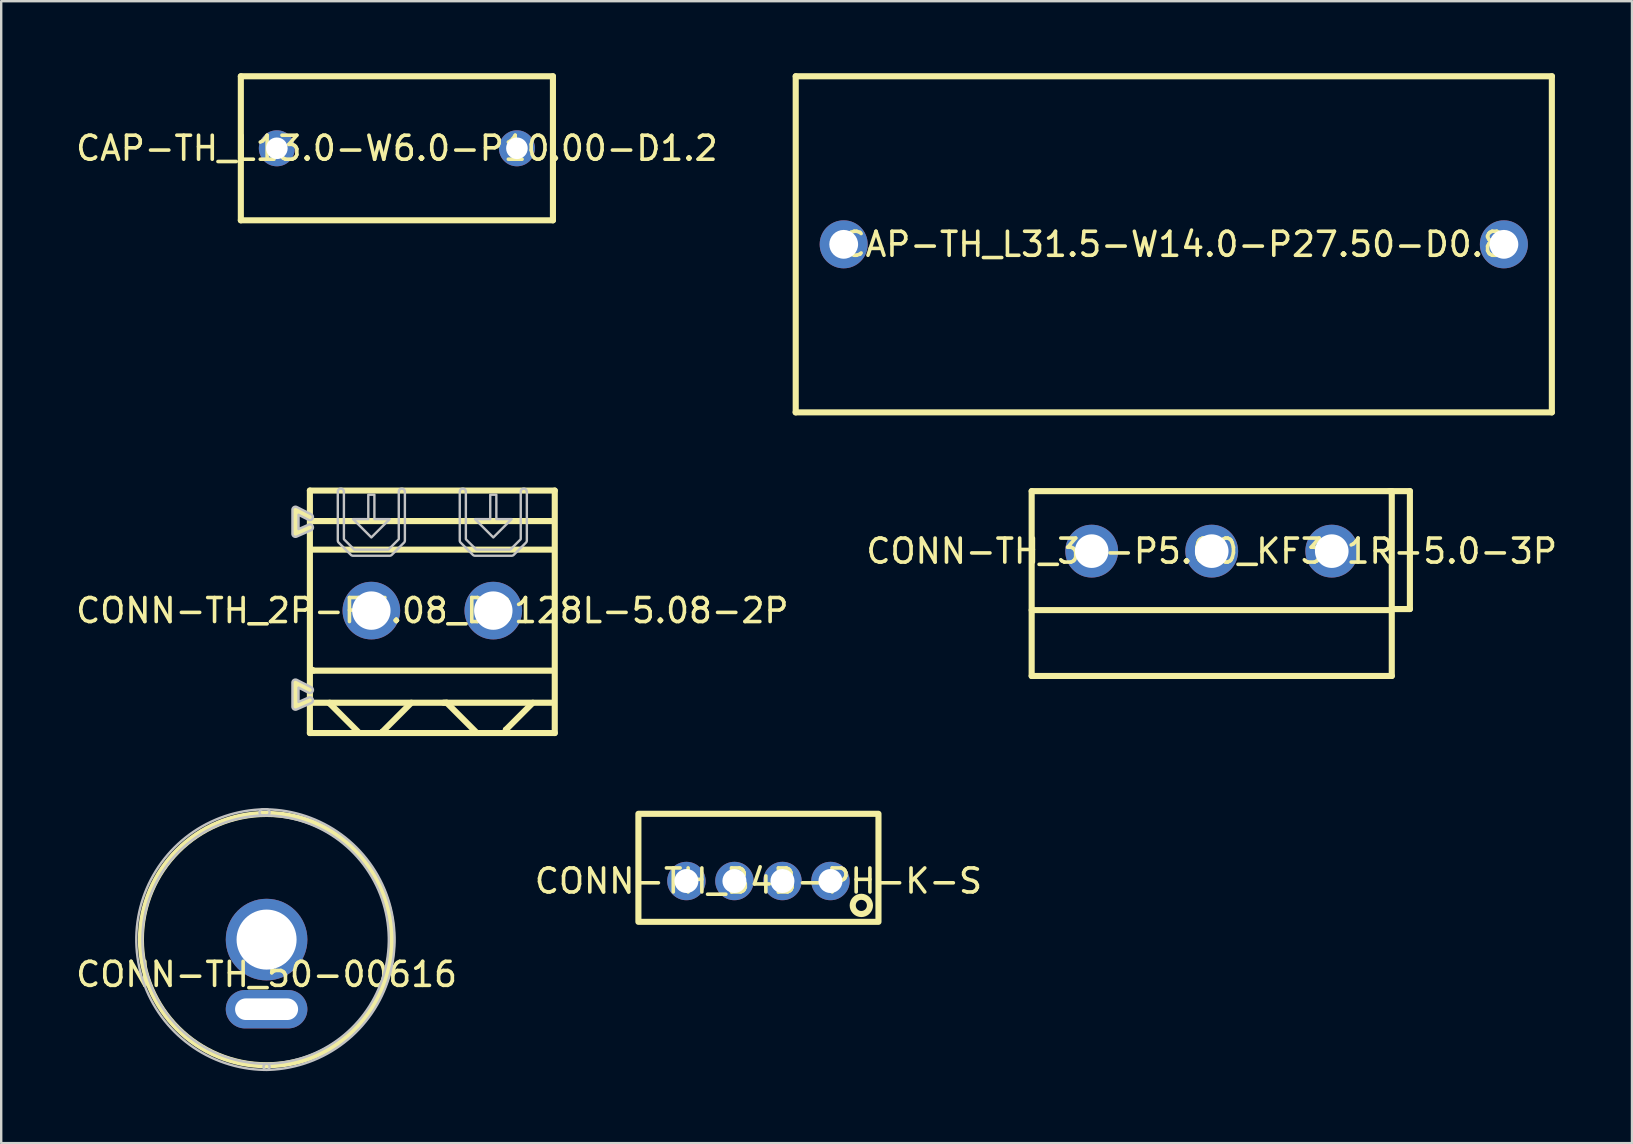
<source format=kicad_pcb>
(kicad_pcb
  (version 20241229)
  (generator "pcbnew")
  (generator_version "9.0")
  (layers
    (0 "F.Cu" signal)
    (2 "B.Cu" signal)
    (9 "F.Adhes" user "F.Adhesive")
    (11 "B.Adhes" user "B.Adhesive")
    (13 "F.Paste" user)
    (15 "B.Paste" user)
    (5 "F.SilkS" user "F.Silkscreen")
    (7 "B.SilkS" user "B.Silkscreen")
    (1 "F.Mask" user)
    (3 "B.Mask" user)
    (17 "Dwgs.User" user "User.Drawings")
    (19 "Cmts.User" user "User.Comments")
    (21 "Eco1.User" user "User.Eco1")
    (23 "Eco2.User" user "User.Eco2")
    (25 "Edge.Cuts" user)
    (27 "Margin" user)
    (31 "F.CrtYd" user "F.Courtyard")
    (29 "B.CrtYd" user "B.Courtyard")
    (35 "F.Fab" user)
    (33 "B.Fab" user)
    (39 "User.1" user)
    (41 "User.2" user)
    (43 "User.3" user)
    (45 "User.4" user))
  (footprint "CONN-TH_3P-P5.00_KF301R-5.0-3P"
    (layer "F.Cu")
    (at 47.423 19.907)
    (property "Reference" "CONN-TH_3P-P5.00_KF301R-5.0-3P" (at 0 0 0) (layer "F.SilkS") (effects (font (size 1 1) (thickness 0.15))))
    (fp_line (start -7.5 -2.5) (end -7.5 5.2) (stroke (width 0.254) (type default)) (layer "F.SilkS"))
    (fp_line (start -7.5 -2.5) (end 7.5 -2.5) (stroke (width 0.254) (type default)) (layer "F.SilkS"))
    (fp_line (start -7.5 2.456) (end 7.5 2.456) (stroke (width 0.254) (type default)) (layer "F.SilkS"))
    (fp_line (start -7.5 5.2) (end 7.5 5.2) (stroke (width 0.254) (type default)) (layer "F.SilkS"))
    (fp_line (start 7.394 -2.5) (end 8.255 -2.5) (stroke (width 0.254) (type default)) (layer "F.SilkS"))
    (fp_line (start 7.5 -2.5) (end 7.5 5.2) (stroke (width 0.254) (type default)) (layer "F.SilkS"))
    (fp_line (start 8.255 -2.5) (end 8.255 2.413) (stroke (width 0.254) (type default)) (layer "F.SilkS"))
    (fp_line (start 8.255 2.413) (end 7.5 2.413) (stroke (width 0.254) (type default)) (layer "F.SilkS"))
    (fp_poly (pts (xy -4.4 0) (xy -4.42 -0.155) (xy -4.48 -0.3) (xy -4.576 -0.424) (xy -4.7 -0.52) (xy -4.845 -0.58) (xy -5 -0.6) (xy -5.155 -0.58) (xy -5.3 -0.52) (xy -5.424 -0.424) (xy -5.52 -0.3) (xy -5.58 -0.155) (xy -5.6 0) (xy -5.58 0.155) (xy -5.52 0.3) (xy -5.424 0.424) (xy -5.3 0.52) (xy -5.155 0.58) (xy -5 0.6) (xy -4.845 0.58) (xy -4.7 0.52) (xy -4.576 0.424) (xy -4.48 0.3) (xy -4.42 0.155)) (stroke (width 0.1) (type default)) (fill no) (layer "User.1"))
    (fp_poly (pts (xy 0.6 0) (xy 0.58 -0.155) (xy 0.52 -0.3) (xy 0.424 -0.424) (xy 0.3 -0.52) (xy 0.155 -0.58) (xy 0 -0.6) (xy -0.155 -0.58) (xy -0.3 -0.52) (xy -0.424 -0.424) (xy -0.52 -0.3) (xy -0.58 -0.155) (xy -0.6 0) (xy -0.58 0.155) (xy -0.52 0.3) (xy -0.424 0.424) (xy -0.3 0.52) (xy -0.155 0.58) (xy 0 0.6) (xy 0.155 0.58) (xy 0.3 0.52) (xy 0.424 0.424) (xy 0.52 0.3) (xy 0.58 0.155)) (stroke (width 0.1) (type default)) (fill no) (layer "User.1"))
    (fp_poly (pts (xy 5.6 0) (xy 5.58 -0.155) (xy 5.52 -0.3) (xy 5.424 -0.424) (xy 5.3 -0.52) (xy 5.155 -0.58) (xy 5 -0.6) (xy 4.845 -0.58) (xy 4.7 -0.52) (xy 4.576 -0.424) (xy 4.48 -0.3) (xy 4.42 -0.155) (xy 4.4 0) (xy 4.42 0.155) (xy 4.48 0.3) (xy 4.576 0.424) (xy 4.7 0.52) (xy 4.845 0.58) (xy 5 0.6) (xy 5.155 0.58) (xy 5.3 0.52) (xy 5.424 0.424) (xy 5.52 0.3) (xy 5.58 0.155)) (stroke (width 0.1) (type default)) (fill no) (layer "User.1"))
    (fp_line (start -7.627 -2.627) (end 8.382 -2.627) (stroke (width 0.051) (type default)) (layer "User.2"))
    (fp_line (start -7.627 5.327) (end -7.627 -2.627) (stroke (width 0.051) (type default)) (layer "User.2"))
    (fp_line (start 8.382 -2.627) (end 8.382 5.327) (stroke (width 0.051) (type default)) (layer "User.2"))
    (fp_line (start 8.382 5.327) (end -7.627 5.327) (stroke (width 0.051) (type default)) (layer "User.2"))
    (fp_poly (pts (xy -7.567 5.327) (xy -7.585 5.285) (xy -7.627 5.267) (xy -7.669 5.285) (xy -7.687 5.327) (xy -7.669 5.369) (xy -7.627 5.387) (xy -7.585 5.369)) (stroke (width 0.1) (type default)) (fill no) (layer "User.3"))
    (pad "1" thru_hole circle (at -5 0) (size 2.2 2.2) (drill 1.4) (layers "*.Cu" "*.Mask"))
    (pad "2" thru_hole circle (at 0 0) (size 2.2 2.2) (drill 1.4) (layers "*.Cu" "*.Mask"))
    (pad "3" thru_hole circle (at 5 0) (size 2.2 2.2) (drill 1.4) (layers "*.Cu" "*.Mask")))
  (footprint "CAP-TH_L13.0-W6.0-P10.00-D1.2"
    (layer "F.Cu")
    (at 13.482 3.127)
    (property "Reference" "CAP-TH_L13.0-W6.0-P10.00-D1.2" (at 0 0 0) (layer "F.SilkS") (effects (font (size 1 1) (thickness 0.15))))
    (fp_line (start -6.5 -3) (end 6.5 -3) (stroke (width 0.254) (type default)) (layer "F.SilkS"))
    (fp_line (start -6.5 3) (end -6.5 -3) (stroke (width 0.254) (type default)) (layer "F.SilkS"))
    (fp_line (start -6.5 3) (end 6.5 3) (stroke (width 0.254) (type default)) (layer "F.SilkS"))
    (fp_line (start 6.5 -3) (end 6.5 3) (stroke (width 0.254) (type default)) (layer "F.SilkS"))
    (fp_poly (pts (xy -4.7 0) (xy -4.718 -0.103) (xy -4.77 -0.193) (xy -4.85 -0.26) (xy -4.948 -0.295) (xy -5.052 -0.295) (xy -5.15 -0.26) (xy -5.23 -0.193) (xy -5.282 -0.103) (xy -5.3 0) (xy -5.282 0.103) (xy -5.23 0.193) (xy -5.15 0.26) (xy -5.052 0.295) (xy -4.948 0.295) (xy -4.85 0.26) (xy -4.77 0.193) (xy -4.718 0.103)) (stroke (width 0.1) (type default)) (fill no) (layer "User.1"))
    (fp_poly (pts (xy 5.3 0) (xy 5.282 -0.103) (xy 5.23 -0.193) (xy 5.15 -0.26) (xy 5.052 -0.295) (xy 4.948 -0.295) (xy 4.85 -0.26) (xy 4.77 -0.193) (xy 4.718 -0.103) (xy 4.7 0) (xy 4.718 0.103) (xy 4.77 0.193) (xy 4.85 0.26) (xy 4.948 0.295) (xy 5.052 0.295) (xy 5.15 0.26) (xy 5.23 0.193) (xy 5.282 0.103)) (stroke (width 0.1) (type default)) (fill no) (layer "User.1"))
    (fp_line (start -6.5 -3) (end 6.5 -3) (stroke (width 0.051) (type default)) (layer "User.2"))
    (fp_line (start -6.5 3) (end -6.5 -3) (stroke (width 0.051) (type default)) (layer "User.2"))
    (fp_line (start 6.5 -3) (end 6.5 3) (stroke (width 0.051) (type default)) (layer "User.2"))
    (fp_line (start 6.5 3) (end -6.5 3) (stroke (width 0.051) (type default)) (layer "User.2"))
    (fp_poly (pts (xy -6.44 3) (xy -6.458 2.958) (xy -6.5 2.94) (xy -6.542 2.958) (xy -6.56 3) (xy -6.542 3.042) (xy -6.5 3.06) (xy -6.458 3.042)) (stroke (width 0.1) (type default)) (fill no) (layer "User.3"))
    (pad "1" thru_hole circle (at -5 0) (size 1.5 1.5) (drill 0.9) (layers "*.Cu" "*.Mask"))
    (pad "2" thru_hole circle (at 5 0) (size 1.5 1.5) (drill 0.9) (layers "*.Cu" "*.Mask")))
  (footprint "CONN-TH_2P-P5.08_DB128L-5.08-2P"
    (layer "F.Cu")
    (at 14.958 22.384)
    (property "Reference" "CONN-TH_2P-P5.08_DB128L-5.08-2P" (at 0 0 0) (layer "F.SilkS") (effects (font (size 1 1) (thickness 0.15))))
    (fp_line (start -5.7 -4.2) (end -5.7 -3.2) (stroke (width 0.254) (type default)) (layer "F.SilkS"))
    (fp_line (start -5.7 -3.2) (end -5.1 -3.464) (stroke (width 0.254) (type default)) (layer "F.SilkS"))
    (fp_line (start -5.7 3) (end -5.7 4) (stroke (width 0.254) (type default)) (layer "F.SilkS"))
    (fp_line (start -5.7 4) (end -5.1 3.736) (stroke (width 0.254) (type default)) (layer "F.SilkS"))
    (fp_line (start -5.1 -5) (end 5.1 -5) (stroke (width 0.254) (type default)) (layer "F.SilkS"))
    (fp_line (start -5.1 -3.894) (end -5.7 -4.2) (stroke (width 0.254) (type default)) (layer "F.SilkS"))
    (fp_line (start -5.1 3.305) (end -5.7 3) (stroke (width 0.254) (type default)) (layer "F.SilkS"))
    (fp_line (start -5.1 5.1) (end -5.1 -5) (stroke (width 0.254) (type default)) (layer "F.SilkS"))
    (fp_line (start -4.99 -3.729) (end 4.99 -3.729) (stroke (width 0.254) (type default)) (layer "F.SilkS"))
    (fp_line (start -4.99 -2.54) (end 4.99 -2.54) (stroke (width 0.254) (type default)) (layer "F.SilkS"))
    (fp_line (start -4.99 2.469) (end -4.956 2.502) (stroke (width 0.254) (type default)) (layer "F.SilkS"))
    (fp_line (start -4.99 3.838) (end 4.99 3.838) (stroke (width 0.254) (type default)) (layer "F.SilkS"))
    (fp_line (start -4.956 2.502) (end 4.99 2.502) (stroke (width 0.254) (type default)) (layer "F.SilkS"))
    (fp_line (start -4.277 3.866) (end -4.277 3.838) (stroke (width 0.254) (type default)) (layer "F.SilkS"))
    (fp_line (start -3.083 5.06) (end -4.277 3.866) (stroke (width 0.254) (type default)) (layer "F.SilkS"))
    (fp_line (start -2.092 5.058) (end -2.092 5.06) (stroke (width 0.254) (type default)) (layer "F.SilkS"))
    (fp_line (start -0.873 3.838) (end -2.092 5.058) (stroke (width 0.254) (type default)) (layer "F.SilkS"))
    (fp_line (start 0.598 3.838) (end 0.473 3.838) (stroke (width 0.254) (type default)) (layer "F.SilkS"))
    (fp_line (start 1.819 5.06) (end 0.598 3.838) (stroke (width 0.254) (type default)) (layer "F.SilkS"))
    (fp_line (start 3.064 4.962) (end 3.064 5.06) (stroke (width 0.254) (type default)) (layer "F.SilkS"))
    (fp_line (start 4.188 3.838) (end 3.064 4.962) (stroke (width 0.254) (type default)) (layer "F.SilkS"))
    (fp_line (start 5.1 -5) (end 5.1 5.1) (stroke (width 0.254) (type default)) (layer "F.SilkS"))
    (fp_line (start 5.1 5.1) (end -5.1 5.1) (stroke (width 0.254) (type default)) (layer "F.SilkS"))
    (fp_poly (pts (xy -2.54 -3.048) (xy -3.302 -3.81) (xy -2.667 -3.81) (xy -2.667 -4.826) (xy -2.413 -4.826) (xy -2.413 -3.81) (xy -1.778 -3.81)) (stroke (width 0.1) (type default)) (fill no) (layer "Dwgs.User"))
    (fp_poly (pts (xy 2.54 -3.048) (xy 1.778 -3.81) (xy 2.413 -3.81) (xy 2.413 -4.826) (xy 2.667 -4.826) (xy 2.667 -3.81) (xy 3.302 -3.81)) (stroke (width 0.1) (type default)) (fill no) (layer "Dwgs.User"))
    (fp_poly (pts (arc (start -5.0425 -4.0075) (mid -4.986949 -3.837101) (end -5.1575 -3.781)) (xy -5.573 -3.993) (xy -5.573 -3.394) (arc (start -5.151 -3.5805) (mid -4.98354 -3.515092) (end -5.049 -3.348)) (arc (start -5.649 -3.084) (mid -5.769262 -3.093888) (end -5.827 -3.2)) (arc (start -5.827 -4.2) (mid -5.766386 -4.308267) (end -5.6425 -4.313))) (stroke (width 0.1) (type default)) (fill no) (layer "Dwgs.User"))
    (fp_poly (pts (arc (start -5.0425 3.1925) (mid -4.986949 3.362899) (end -5.1575 3.419)) (xy -5.573 3.207) (xy -5.573 3.805) (arc (start -5.151 3.6195) (mid -4.98354 3.684908) (end -5.049 3.852)) (arc (start -5.649 4.116) (mid -5.769262 4.106112) (end -5.827 4)) (arc (start -5.827 3) (mid -5.766386 2.891733) (end -5.6425 2.887))) (stroke (width 0.1) (type default)) (fill no) (layer "Dwgs.User"))
    (fp_poly (pts (arc (start -3.937 -4.953) (mid -3.81 -5.08) (end -3.683 -4.953)) (xy -3.683 -2.974) (xy -3.249 -2.54) (xy -1.831 -2.54) (xy -1.397 -2.974) (arc (start -1.397 -4.953) (mid -1.27 -5.08) (end -1.143 -4.953)) (arc (start -1.143 -2.921) (mid -1.152667 -2.872399) (end -1.18 -2.831)) (arc (start -1.688 -2.323) (mid -1.729292 -2.295409) (end -1.778 -2.286)) (arc (start -3.302 -2.286) (mid -3.350601 -2.295667) (end -3.392 -2.323)) (arc (start -3.9 -2.831) (mid -3.927591 -2.872292) (end -3.937 -2.921))) (stroke (width 0.1) (type default)) (fill no) (layer "Dwgs.User"))
    (fp_poly (pts (arc (start 1.143 -4.953) (mid 1.27 -5.08) (end 1.397 -4.953)) (xy 1.397 -2.974) (xy 1.831 -2.54) (xy 3.249 -2.54) (xy 3.683 -2.974) (arc (start 3.683 -4.953) (mid 3.81 -5.08) (end 3.937 -4.953)) (arc (start 3.937 -2.921) (mid 3.927333 -2.872399) (end 3.9 -2.831)) (arc (start 3.392 -2.323) (mid 3.350708 -2.295409) (end 3.302 -2.286)) (arc (start 1.778 -2.286) (mid 1.729399 -2.295667) (end 1.688 -2.323)) (arc (start 1.18 -2.831) (mid 1.152409 -2.872292) (end 1.143 -2.921))) (stroke (width 0.1) (type default)) (fill no) (layer "Dwgs.User"))
    (fp_poly (pts (xy -3.065 -0.4) (xy -2.015 -0.4) (xy -2.015 0.4) (xy -3.065 0.4)) (stroke (width 0.1) (type default)) (fill no) (layer "User.1"))
    (fp_poly (pts (xy 2.015 -0.4) (xy 3.065 -0.4) (xy 3.065 0.4) (xy 2.015 0.4)) (stroke (width 0.1) (type default)) (fill no) (layer "User.1"))
    (fp_line (start -5.08 -5) (end 5.08 -5) (stroke (width 0.051) (type default)) (layer "User.2"))
    (fp_line (start -5.08 5.1) (end -5.08 -5) (stroke (width 0.051) (type default)) (layer "User.2"))
    (fp_line (start 5.08 -5) (end 5.08 5.1) (stroke (width 0.051) (type default)) (layer "User.2"))
    (fp_line (start 5.08 5.1) (end -5.08 5.1) (stroke (width 0.051) (type default)) (layer "User.2"))
    (fp_poly (pts (xy -5.02 5.1) (xy -5.038 5.058) (xy -5.08 5.04) (xy -5.122 5.058) (xy -5.14 5.1) (xy -5.122 5.142) (xy -5.08 5.16) (xy -5.038 5.142)) (stroke (width 0.1) (type default)) (fill no) (layer "User.3"))
    (pad "1" thru_hole circle (at -2.54 0) (size 2.4 2.4) (drill 1.6) (layers "*.Cu" "*.Mask"))
    (pad "2" thru_hole circle (at 2.54 0) (size 2.4 2.4) (drill 1.6) (layers "*.Cu" "*.Mask")))
  (footprint "CONN-TH_50-00616"
    (layer "F.Cu")
    (at 8.054 37.538)
    (property "Reference" "CONN-TH_50-00616" (at 0 0 0) (layer "F.SilkS") (effects (font (size 1 1) (thickness 0.15))))
    (fp_circle (center 0 -1.45) (end 5.234 -1.45) (stroke (width 0.254) (type default)) (fill no) (layer "F.SilkS"))
    (fp_poly (pts (xy -0.163 -6.622) (xy -0.163 -6.622) (xy -0.164 -6.622)) (stroke (width 0.1) (type default)) (fill no) (layer "Dwgs.User"))
    (fp_poly (pts (xy 0.002 3.977) (xy 0.003 3.977) (xy 0.001 3.977)) (stroke (width 0.1) (type default)) (fill no) (layer "Dwgs.User"))
    (fp_poly (pts (arc (start 0 -6.623) (mid -5.173 -1.45) (end 0 3.723)) (arc (start 0 3.723) (mid 0.127 3.85) (end 0 3.977)) (arc (start 0 3.977) (mid -5.427 -1.45) (end 0 -6.877)) (arc (start 0 -6.877) (mid 0.127 -6.75) (end 0 -6.623))) (stroke (width 0.1) (type default)) (fill no) (layer "Dwgs.User"))
    (fp_poly (pts (arc (start -0.0015 3.977) (mid -0.091303 3.939803) (end -0.1285 3.85)) (arc (start -0.1285 3.85) (mid -0.091479 3.760374) (end -0.002 3.723)) (arc (start -0.002 3.723) (mid 3.60345 2.180027) (end 5.0905 -1.449)) (arc (start 5.0905 -1.449) (mid 3.575363 -5.106863) (end -0.0825 -6.622)) (xy -0.163 -6.622) (xy -0.165 -6.622) (xy -0.164 -6.622) (xy -0.165 -6.622) (xy -0.166 -6.622) (xy -0.164 -6.622) (arc (start -0.1665 -6.6215) (mid -0.256303 -6.658697) (end -0.2935 -6.7485)) (arc (start -0.2935 -6.7485) (mid -0.256479 -6.838126) (end -0.167 -6.8755)) (arc (start -0.095 -6.876) (mid 3.742469 -5.286469) (end 5.3315 -1.449)) (arc (start 5.3315 -1.449) (mid 3.776431 2.35349) (end 0.0025 3.977))) (stroke (width 0.1) (type default)) (fill no) (layer "Dwgs.User"))
    (fp_poly (pts (xy -1.15 1.2) (xy 1.15 1.2) (xy 1.15 1.7) (xy -1.15 1.7)) (stroke (width 0.1) (type default)) (fill no) (layer "User.1"))
    (fp_poly (pts (xy 1.15 -1.45) (xy 1.13 -1.661) (xy 1.072 -1.865) (xy 0.978 -2.055) (xy 0.85 -2.225) (xy 0.693 -2.368) (xy 0.513 -2.479) (xy 0.315 -2.556) (xy 0.106 -2.595) (xy -0.106 -2.595) (xy -0.315 -2.556) (xy -0.513 -2.479) (xy -0.693 -2.368) (xy -0.85 -2.225) (xy -0.978 -2.055) (xy -1.072 -1.865) (xy -1.13 -1.661) (xy -1.15 -1.45) (xy -1.13 -1.239) (xy -1.072 -1.035) (xy -0.978 -0.845) (xy -0.85 -0.675) (xy -0.693 -0.532) (xy -0.513 -0.421) (xy -0.315 -0.344) (xy -0.106 -0.305) (xy 0.106 -0.305) (xy 0.315 -0.344) (xy 0.513 -0.421) (xy 0.693 -0.532) (xy 0.85 -0.675) (xy 0.978 -0.845) (xy 1.072 -1.035) (xy 1.13 -1.239)) (stroke (width 0.1) (type default)) (fill no) (layer "User.1"))
    (fp_arc (start -5 -1.45) (mid 0 -6.45) (end 5 -1.45) (stroke (width 0.051) (type default)) (layer "User.2"))
    (fp_arc (start 5 -1.45) (mid 0 3.55) (end -5 -1.45) (stroke (width 0.051) (type default)) (layer "User.2"))
    (fp_poly (pts (xy -4.94 -6.45) (xy -4.958 -6.492) (xy -5 -6.51) (xy -5.042 -6.492) (xy -5.06 -6.45) (xy -5.042 -6.408) (xy -5 -6.39) (xy -4.958 -6.408)) (stroke (width 0.1) (type default)) (fill no) (layer "User.3"))
    (pad "1" thru_hole circle (at 0 -1.45) (size 3.4 3.4) (drill 2.5) (layers "*.Cu" "*.Mask"))
    (pad "2" thru_hole oval (at 0 1.45) (size 3.4 1.6) (drill oval 2.625 0.9) (layers "*.Cu" "*.Mask")))
  (footprint "CONN-TH_B4B-PH-K-S"
    (layer "F.Cu")
    (at 28.542 33.648)
    (property "Reference" "CONN-TH_B4B-PH-K-S" (at 0 0 0) (layer "F.SilkS") (effects (font (size 1 1) (thickness 0.15))))
    (fp_rect (start -5 -2.8) (end 5 1.7) (stroke (width 0.254) (type default)) (fill no) (layer "F.SilkS"))
    (fp_circle (center 4.286 1.016) (end 4.645 1.016) (stroke (width 0.254) (type default)) (fill no) (layer "F.SilkS"))
    (fp_poly (pts (xy -2.6 0) (xy -2.62 -0.124) (xy -2.676 -0.235) (xy -2.765 -0.324) (xy -2.876 -0.38) (xy -3 -0.4) (xy -3.124 -0.38) (xy -3.235 -0.324) (xy -3.324 -0.235) (xy -3.38 -0.124) (xy -3.4 0) (xy -3.38 0.124) (xy -3.324 0.235) (xy -3.235 0.324) (xy -3.124 0.38) (xy -3 0.4) (xy -2.876 0.38) (xy -2.765 0.324) (xy -2.676 0.235) (xy -2.62 0.124)) (stroke (width 0.1) (type default)) (fill no) (layer "User.1"))
    (fp_poly (pts (xy -0.6 0) (xy -0.62 -0.124) (xy -0.676 -0.235) (xy -0.765 -0.324) (xy -0.876 -0.38) (xy -1 -0.4) (xy -1.124 -0.38) (xy -1.235 -0.324) (xy -1.324 -0.235) (xy -1.38 -0.124) (xy -1.4 0) (xy -1.38 0.124) (xy -1.324 0.235) (xy -1.235 0.324) (xy -1.124 0.38) (xy -1 0.4) (xy -0.876 0.38) (xy -0.765 0.324) (xy -0.676 0.235) (xy -0.62 0.124)) (stroke (width 0.1) (type default)) (fill no) (layer "User.1"))
    (fp_poly (pts (xy 1.4 0) (xy 1.38 -0.124) (xy 1.324 -0.235) (xy 1.235 -0.324) (xy 1.124 -0.38) (xy 1 -0.4) (xy 0.876 -0.38) (xy 0.765 -0.324) (xy 0.676 -0.235) (xy 0.62 -0.124) (xy 0.6 0) (xy 0.62 0.124) (xy 0.676 0.235) (xy 0.765 0.324) (xy 0.876 0.38) (xy 1 0.4) (xy 1.124 0.38) (xy 1.235 0.324) (xy 1.324 0.235) (xy 1.38 0.124)) (stroke (width 0.1) (type default)) (fill no) (layer "User.1"))
    (fp_poly (pts (xy 3.4 0) (xy 3.38 -0.124) (xy 3.324 -0.235) (xy 3.235 -0.324) (xy 3.124 -0.38) (xy 3 -0.4) (xy 2.876 -0.38) (xy 2.765 -0.324) (xy 2.676 -0.235) (xy 2.62 -0.124) (xy 2.6 0) (xy 2.62 0.124) (xy 2.676 0.235) (xy 2.765 0.324) (xy 2.876 0.38) (xy 3 0.4) (xy 3.124 0.38) (xy 3.235 0.324) (xy 3.324 0.235) (xy 3.38 0.124)) (stroke (width 0.1) (type default)) (fill no) (layer "User.1"))
    (fp_line (start -5.127 -2.927) (end 5.127 -2.927) (stroke (width 0.051) (type default)) (layer "User.2"))
    (fp_line (start -5.127 1.827) (end -5.127 -2.927) (stroke (width 0.051) (type default)) (layer "User.2"))
    (fp_line (start 5.127 -2.927) (end 5.127 1.827) (stroke (width 0.051) (type default)) (layer "User.2"))
    (fp_line (start 5.127 1.827) (end -5.127 1.827) (stroke (width 0.051) (type default)) (layer "User.2"))
    (fp_poly (pts (xy 5.187 -2.927) (xy 5.169 -2.969) (xy 5.127 -2.987) (xy 5.085 -2.969) (xy 5.067 -2.927) (xy 5.085 -2.885) (xy 5.127 -2.867) (xy 5.169 -2.885)) (stroke (width 0.1) (type default)) (fill no) (layer "User.3"))
    (pad "1" thru_hole circle (at 3 0 180) (size 1.6 1.6) (drill 1) (layers "*.Cu" "*.Mask"))
    (pad "2" thru_hole circle (at 1 0 180) (size 1.6 1.6) (drill 1) (layers "*.Cu" "*.Mask"))
    (pad "3" thru_hole circle (at -1 0 180) (size 1.6 1.6) (drill 1) (layers "*.Cu" "*.Mask"))
    (pad "4" thru_hole circle (at -3 0 180) (size 1.6 1.6) (drill 1) (layers "*.Cu" "*.Mask")))
  (footprint "CAP-TH_L31.5-W14.0-P27.50-D0.8"
    (layer "F.Cu")
    (at 45.843 7.127)
    (property "Reference" "CAP-TH_L31.5-W14.0-P27.50-D0.8" (at 0 0 0) (layer "F.SilkS") (effects (font (size 1 1) (thickness 0.15))))
    (fp_line (start -15.748 -7) (end -15.748 7) (stroke (width 0.254) (type default)) (layer "F.SilkS"))
    (fp_line (start -15.748 -7) (end 15.752 -7) (stroke (width 0.254) (type default)) (layer "F.SilkS"))
    (fp_line (start 15.748 -7) (end 15.748 7) (stroke (width 0.254) (type default)) (layer "F.SilkS"))
    (fp_line (start 15.748 7) (end -15.752 7) (stroke (width 0.254) (type default)) (layer "F.SilkS"))
    (fp_poly (pts (xy -13.35 0) (xy -13.37 -0.124) (xy -13.426 -0.235) (xy -13.515 -0.324) (xy -13.626 -0.38) (xy -13.75 -0.4) (xy -13.874 -0.38) (xy -13.985 -0.324) (xy -14.074 -0.235) (xy -14.13 -0.124) (xy -14.15 0) (xy -14.13 0.124) (xy -14.074 0.235) (xy -13.985 0.324) (xy -13.874 0.38) (xy -13.75 0.4) (xy -13.626 0.38) (xy -13.515 0.324) (xy -13.426 0.235) (xy -13.37 0.124)) (stroke (width 0.1) (type default)) (fill no) (layer "User.1"))
    (fp_poly (pts (xy 14.15 0) (xy 14.13 -0.124) (xy 14.074 -0.235) (xy 13.985 -0.324) (xy 13.874 -0.38) (xy 13.75 -0.4) (xy 13.626 -0.38) (xy 13.515 -0.324) (xy 13.426 -0.235) (xy 13.37 -0.124) (xy 13.35 0) (xy 13.37 0.124) (xy 13.426 0.235) (xy 13.515 0.324) (xy 13.626 0.38) (xy 13.75 0.4) (xy 13.874 0.38) (xy 13.985 0.324) (xy 14.074 0.235) (xy 14.13 0.124)) (stroke (width 0.1) (type default)) (fill no) (layer "User.1"))
    (fp_line (start -15.75 -7) (end 15.75 -7) (stroke (width 0.051) (type default)) (layer "User.2"))
    (fp_line (start -15.75 7) (end -15.75 -7) (stroke (width 0.051) (type default)) (layer "User.2"))
    (fp_line (start 15.75 -7) (end 15.75 7) (stroke (width 0.051) (type default)) (layer "User.2"))
    (fp_line (start 15.75 7) (end -15.75 7) (stroke (width 0.051) (type default)) (layer "User.2"))
    (fp_poly (pts (xy -15.69 7) (xy -15.708 6.958) (xy -15.75 6.94) (xy -15.792 6.958) (xy -15.81 7) (xy -15.792 7.042) (xy -15.75 7.06) (xy -15.708 7.042)) (stroke (width 0.1) (type default)) (fill no) (layer "User.3"))
    (pad "1" thru_hole circle (at -13.75 0) (size 2 2) (drill 1.2) (layers "*.Cu" "*.Mask"))
    (pad "2" thru_hole circle (at 13.75 0) (size 2 2) (drill 1.2) (layers "*.Cu" "*.Mask")))
  (gr_rect
    (start -3 -3)
    (end 64.929 44.565)
    (stroke (width 0.1) (type default))
    (fill no)
    (layer "Edge.Cuts")))
</source>
